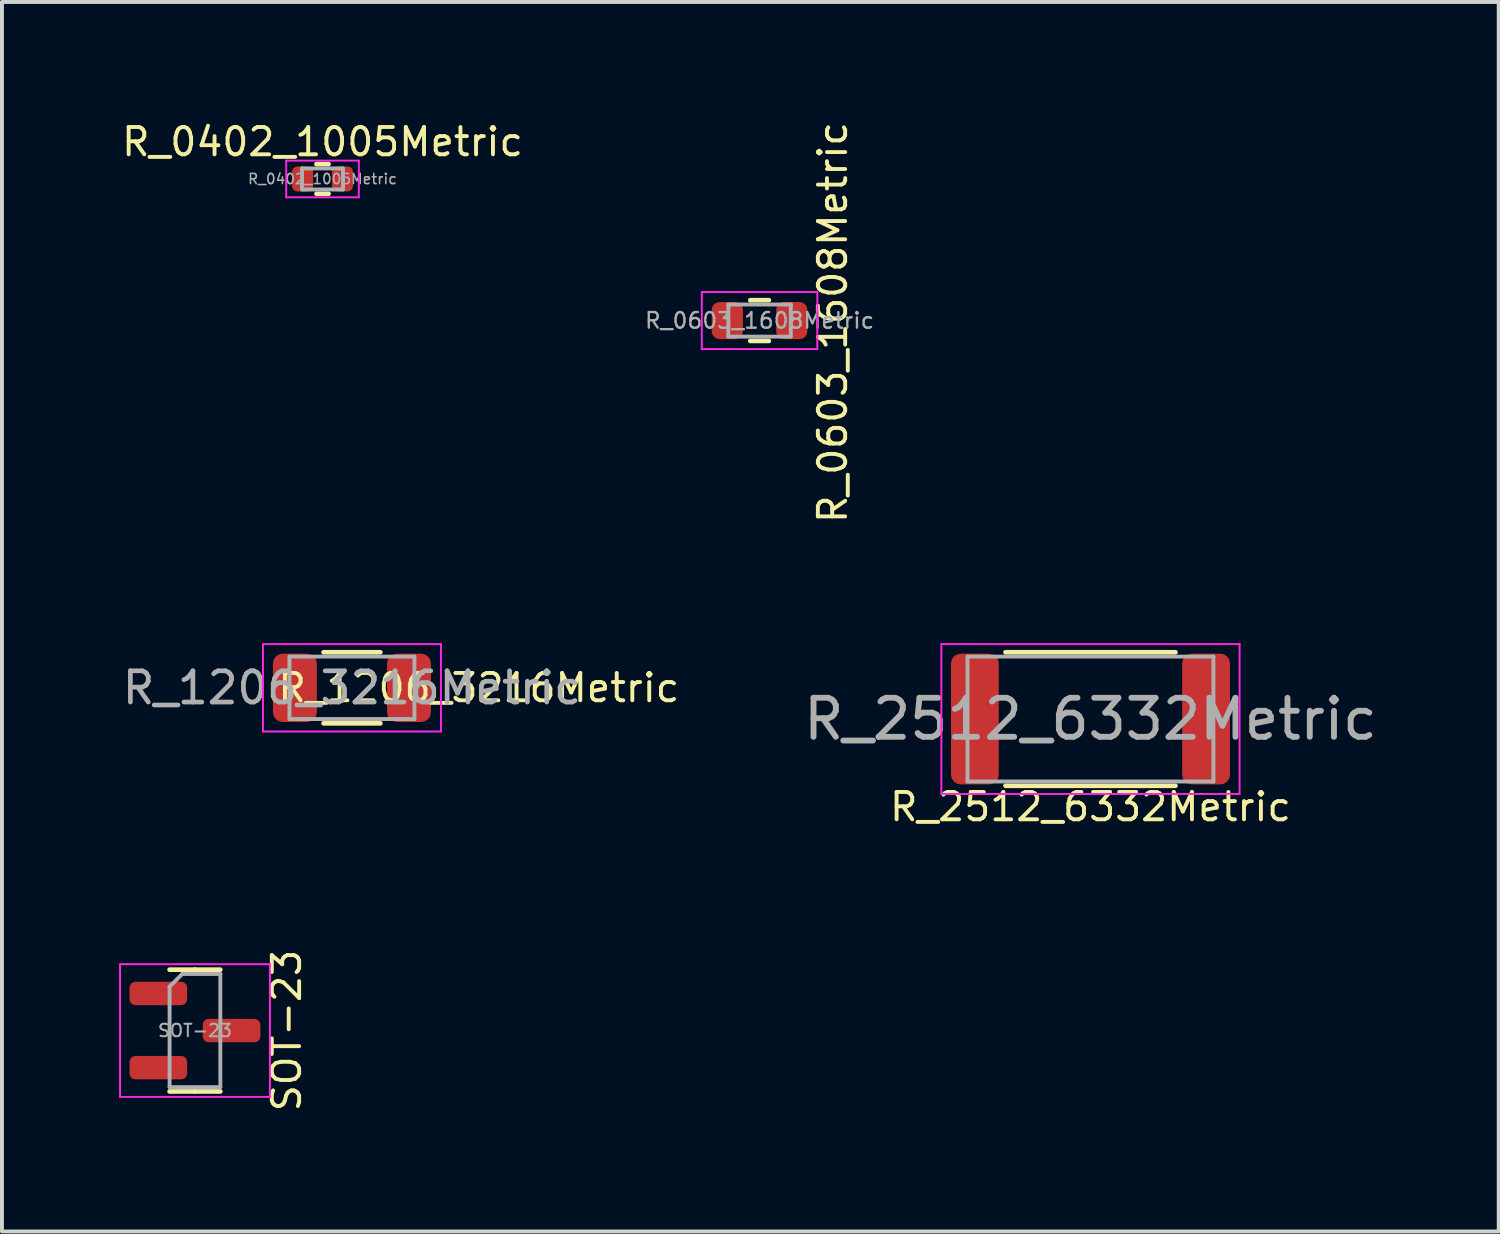
<source format=kicad_pcb>
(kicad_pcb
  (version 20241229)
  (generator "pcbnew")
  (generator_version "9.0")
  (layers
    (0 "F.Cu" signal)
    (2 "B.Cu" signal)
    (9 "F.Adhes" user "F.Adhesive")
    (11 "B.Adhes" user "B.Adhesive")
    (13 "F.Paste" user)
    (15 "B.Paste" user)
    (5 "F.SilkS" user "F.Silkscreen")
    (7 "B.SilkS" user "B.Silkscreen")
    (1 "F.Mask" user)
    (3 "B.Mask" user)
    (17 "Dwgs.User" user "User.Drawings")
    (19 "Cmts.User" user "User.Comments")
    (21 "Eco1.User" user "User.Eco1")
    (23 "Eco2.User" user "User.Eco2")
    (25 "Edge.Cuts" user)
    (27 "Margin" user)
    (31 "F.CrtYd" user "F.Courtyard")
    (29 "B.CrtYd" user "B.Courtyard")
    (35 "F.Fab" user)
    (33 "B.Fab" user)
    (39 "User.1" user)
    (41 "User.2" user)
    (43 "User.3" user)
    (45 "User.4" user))
  (footprint "R_2512_6332Metric"
    (layer "F.Cu")
    (at 24.888 15.372)
    (property "Reference" "R_2512_6332Metric" (at 0 2.25 0) (unlocked yes) (layer "F.SilkS") (effects (font (size 0.7 0.7) (thickness 0.1))))
    (attr smd)
    (fp_line (start -2.177 -1.71) (end 2.177 -1.71) (stroke (width 0.12) (type solid)) (layer "F.SilkS"))
    (fp_line (start -2.177 1.71) (end 2.177 1.71) (stroke (width 0.12) (type solid)) (layer "F.SilkS"))
    (fp_line (start -3.82 -1.92) (end 3.82 -1.92) (stroke (width 0.05) (type solid)) (layer "F.CrtYd"))
    (fp_line (start -3.82 1.92) (end -3.82 -1.92) (stroke (width 0.05) (type solid)) (layer "F.CrtYd"))
    (fp_line (start 3.82 -1.92) (end 3.82 1.92) (stroke (width 0.05) (type solid)) (layer "F.CrtYd"))
    (fp_line (start 3.82 1.92) (end -3.82 1.92) (stroke (width 0.05) (type solid)) (layer "F.CrtYd"))
    (fp_line (start -3.15 -1.6) (end 3.15 -1.6) (stroke (width 0.1) (type solid)) (layer "F.Fab"))
    (fp_line (start -3.15 1.6) (end -3.15 -1.6) (stroke (width 0.1) (type solid)) (layer "F.Fab"))
    (fp_line (start 3.15 -1.6) (end 3.15 1.6) (stroke (width 0.1) (type solid)) (layer "F.Fab"))
    (fp_line (start 3.15 1.6) (end -3.15 1.6) (stroke (width 0.1) (type solid)) (layer "F.Fab"))
    (fp_text user "${REFERENCE}" (at 0 0 0) (layer "F.Fab") (effects (font (size 1 1) (thickness 0.15))))
    (pad "1" smd roundrect (at -2.962 0) (size 1.225 3.35) (layers "F.Cu" "F.Mask" "F.Paste") (roundrect_rratio 0.204))
    (pad "2" smd roundrect (at 2.962 0) (size 1.225 3.35) (layers "F.Cu" "F.Mask" "F.Paste") (roundrect_rratio 0.204)))
  (footprint "R_1206_3216Metric"
    (layer "F.Cu")
    (at 5.967 14.572)
    (property "Reference" "R_1206_3216Metric" (at 3.25 0 0) (unlocked yes) (layer "F.SilkS") (effects (font (size 0.7 0.7) (thickness 0.1))))
    (attr smd)
    (fp_line (start -0.727 -0.91) (end 0.727 -0.91) (stroke (width 0.12) (type solid)) (layer "F.SilkS"))
    (fp_line (start -0.727 0.91) (end 0.727 0.91) (stroke (width 0.12) (type solid)) (layer "F.SilkS"))
    (fp_line (start -2.28 -1.12) (end 2.28 -1.12) (stroke (width 0.05) (type solid)) (layer "F.CrtYd"))
    (fp_line (start -2.28 1.12) (end -2.28 -1.12) (stroke (width 0.05) (type solid)) (layer "F.CrtYd"))
    (fp_line (start 2.28 -1.12) (end 2.28 1.12) (stroke (width 0.05) (type solid)) (layer "F.CrtYd"))
    (fp_line (start 2.28 1.12) (end -2.28 1.12) (stroke (width 0.05) (type solid)) (layer "F.CrtYd"))
    (fp_line (start -1.6 -0.8) (end 1.6 -0.8) (stroke (width 0.1) (type solid)) (layer "F.Fab"))
    (fp_line (start -1.6 0.8) (end -1.6 -0.8) (stroke (width 0.1) (type solid)) (layer "F.Fab"))
    (fp_line (start 1.6 -0.8) (end 1.6 0.8) (stroke (width 0.1) (type solid)) (layer "F.Fab"))
    (fp_line (start 1.6 0.8) (end -1.6 0.8) (stroke (width 0.1) (type solid)) (layer "F.Fab"))
    (fp_text user "${REFERENCE}" (at 0 0 0) (layer "F.Fab") (effects (font (size 0.8 0.8) (thickness 0.12))))
    (pad "1" smd roundrect (at -1.462 0) (size 1.125 1.75) (layers "F.Cu" "F.Mask" "F.Paste") (roundrect_rratio 0.222))
    (pad "2" smd roundrect (at 1.462 0) (size 1.125 1.75) (layers "F.Cu" "F.Mask" "F.Paste") (roundrect_rratio 0.222)))
  (footprint "R_0603_1608Metric"
    (layer "F.Cu")
    (at 16.41 5.163)
    (property "Reference" "R_0603_1608Metric" (at 1.875 0.05 90) (unlocked yes) (layer "F.SilkS") (effects (font (size 0.7 0.7) (thickness 0.1))))
    (attr smd)
    (fp_line (start -0.237 -0.522) (end 0.237 -0.522) (stroke (width 0.12) (type solid)) (layer "F.SilkS"))
    (fp_line (start -0.237 0.522) (end 0.237 0.522) (stroke (width 0.12) (type solid)) (layer "F.SilkS"))
    (fp_line (start -1.48 -0.73) (end 1.48 -0.73) (stroke (width 0.05) (type solid)) (layer "F.CrtYd"))
    (fp_line (start -1.48 0.73) (end -1.48 -0.73) (stroke (width 0.05) (type solid)) (layer "F.CrtYd"))
    (fp_line (start 1.48 -0.73) (end 1.48 0.73) (stroke (width 0.05) (type solid)) (layer "F.CrtYd"))
    (fp_line (start 1.48 0.73) (end -1.48 0.73) (stroke (width 0.05) (type solid)) (layer "F.CrtYd"))
    (fp_line (start -0.8 -0.412) (end 0.8 -0.412) (stroke (width 0.1) (type solid)) (layer "F.Fab"))
    (fp_line (start -0.8 0.412) (end -0.8 -0.412) (stroke (width 0.1) (type solid)) (layer "F.Fab"))
    (fp_line (start 0.8 -0.412) (end 0.8 0.412) (stroke (width 0.1) (type solid)) (layer "F.Fab"))
    (fp_line (start 0.8 0.412) (end -0.8 0.412) (stroke (width 0.1) (type solid)) (layer "F.Fab"))
    (fp_text user "${REFERENCE}" (at 0 0 0) (layer "F.Fab") (effects (font (size 0.4 0.4) (thickness 0.06))))
    (pad "1" smd roundrect (at -0.825 0) (size 0.8 0.95) (layers "F.Cu" "F.Mask" "F.Paste") (roundrect_rratio 0.25))
    (pad "2" smd roundrect (at 0.825 0) (size 0.8 0.95) (layers "F.Cu" "F.Mask" "F.Paste") (roundrect_rratio 0.25)))
  (footprint "R_0402_1005Metric"
    (layer "F.Cu")
    (at 5.213 1.535)
    (property "Reference" "R_0402_1005Metric" (at 0 -0.95 0) (unlocked yes) (layer "F.SilkS") (effects (font (size 0.7 0.7) (thickness 0.1))))
    (attr smd)
    (fp_line (start -0.154 -0.38) (end 0.154 -0.38) (stroke (width 0.12) (type solid)) (layer "F.SilkS"))
    (fp_line (start -0.154 0.38) (end 0.154 0.38) (stroke (width 0.12) (type solid)) (layer "F.SilkS"))
    (fp_line (start -0.93 -0.47) (end 0.93 -0.47) (stroke (width 0.05) (type solid)) (layer "F.CrtYd"))
    (fp_line (start -0.93 0.47) (end -0.93 -0.47) (stroke (width 0.05) (type solid)) (layer "F.CrtYd"))
    (fp_line (start 0.93 -0.47) (end 0.93 0.47) (stroke (width 0.05) (type solid)) (layer "F.CrtYd"))
    (fp_line (start 0.93 0.47) (end -0.93 0.47) (stroke (width 0.05) (type solid)) (layer "F.CrtYd"))
    (fp_line (start -0.525 -0.27) (end 0.525 -0.27) (stroke (width 0.1) (type solid)) (layer "F.Fab"))
    (fp_line (start -0.525 0.27) (end -0.525 -0.27) (stroke (width 0.1) (type solid)) (layer "F.Fab"))
    (fp_line (start 0.525 -0.27) (end 0.525 0.27) (stroke (width 0.1) (type solid)) (layer "F.Fab"))
    (fp_line (start 0.525 0.27) (end -0.525 0.27) (stroke (width 0.1) (type solid)) (layer "F.Fab"))
    (fp_text user "${REFERENCE}" (at 0 0 0) (layer "F.Fab") (effects (font (size 0.26 0.26) (thickness 0.04))))
    (pad "1" smd roundrect (at -0.51 0) (size 0.54 0.64) (layers "F.Cu" "F.Mask" "F.Paste") (roundrect_rratio 0.25))
    (pad "2" smd roundrect (at 0.51 0) (size 0.54 0.64) (layers "F.Cu" "F.Mask" "F.Paste") (roundrect_rratio 0.25)))
  (footprint "SOT-23"
    (layer "F.Cu")
    (at 1.945 23.353)
    (property "Reference" "SOT-23" (at 2.35 0 90) (unlocked yes) (layer "F.SilkS") (effects (font (size 0.7 0.7) (thickness 0.1))))
    (attr smd)
    (fp_line (start 0 -1.56) (end -0.65 -1.56) (stroke (width 0.12) (type solid)) (layer "F.SilkS"))
    (fp_line (start 0 -1.56) (end 0.65 -1.56) (stroke (width 0.12) (type solid)) (layer "F.SilkS"))
    (fp_line (start 0 1.56) (end -0.65 1.56) (stroke (width 0.12) (type solid)) (layer "F.SilkS"))
    (fp_line (start 0 1.56) (end 0.65 1.56) (stroke (width 0.12) (type solid)) (layer "F.SilkS"))
    (fp_line (start -1.92 -1.7) (end -1.92 1.7) (stroke (width 0.05) (type solid)) (layer "F.CrtYd"))
    (fp_line (start -1.92 1.7) (end 1.92 1.7) (stroke (width 0.05) (type solid)) (layer "F.CrtYd"))
    (fp_line (start 1.92 -1.7) (end -1.92 -1.7) (stroke (width 0.05) (type solid)) (layer "F.CrtYd"))
    (fp_line (start 1.92 1.7) (end 1.92 -1.7) (stroke (width 0.05) (type solid)) (layer "F.CrtYd"))
    (fp_line (start -0.65 -1.125) (end -0.325 -1.45) (stroke (width 0.1) (type solid)) (layer "F.Fab"))
    (fp_line (start -0.65 1.45) (end -0.65 -1.125) (stroke (width 0.1) (type solid)) (layer "F.Fab"))
    (fp_line (start -0.325 -1.45) (end 0.65 -1.45) (stroke (width 0.1) (type solid)) (layer "F.Fab"))
    (fp_line (start 0.65 -1.45) (end 0.65 1.45) (stroke (width 0.1) (type solid)) (layer "F.Fab"))
    (fp_line (start 0.65 1.45) (end -0.65 1.45) (stroke (width 0.1) (type solid)) (layer "F.Fab"))
    (fp_text user "${REFERENCE}" (at 0 0 180) (layer "F.Fab") (effects (font (size 0.32 0.32) (thickness 0.05))))
    (pad "1" smd roundrect (at -0.938 -0.95) (size 1.475 0.6) (layers "F.Cu" "F.Mask" "F.Paste") (roundrect_rratio 0.25))
    (pad "2" smd roundrect (at -0.938 0.95) (size 1.475 0.6) (layers "F.Cu" "F.Mask" "F.Paste") (roundrect_rratio 0.25))
    (pad "3" smd roundrect (at 0.938 0) (size 1.475 0.6) (layers "F.Cu" "F.Mask" "F.Paste") (roundrect_rratio 0.25)))
  (gr_rect
    (start -3 -3)
    (end 35.347 28.5)
    (stroke (width 0.1) (type default))
    (fill no)
    (layer "Edge.Cuts")))
</source>
